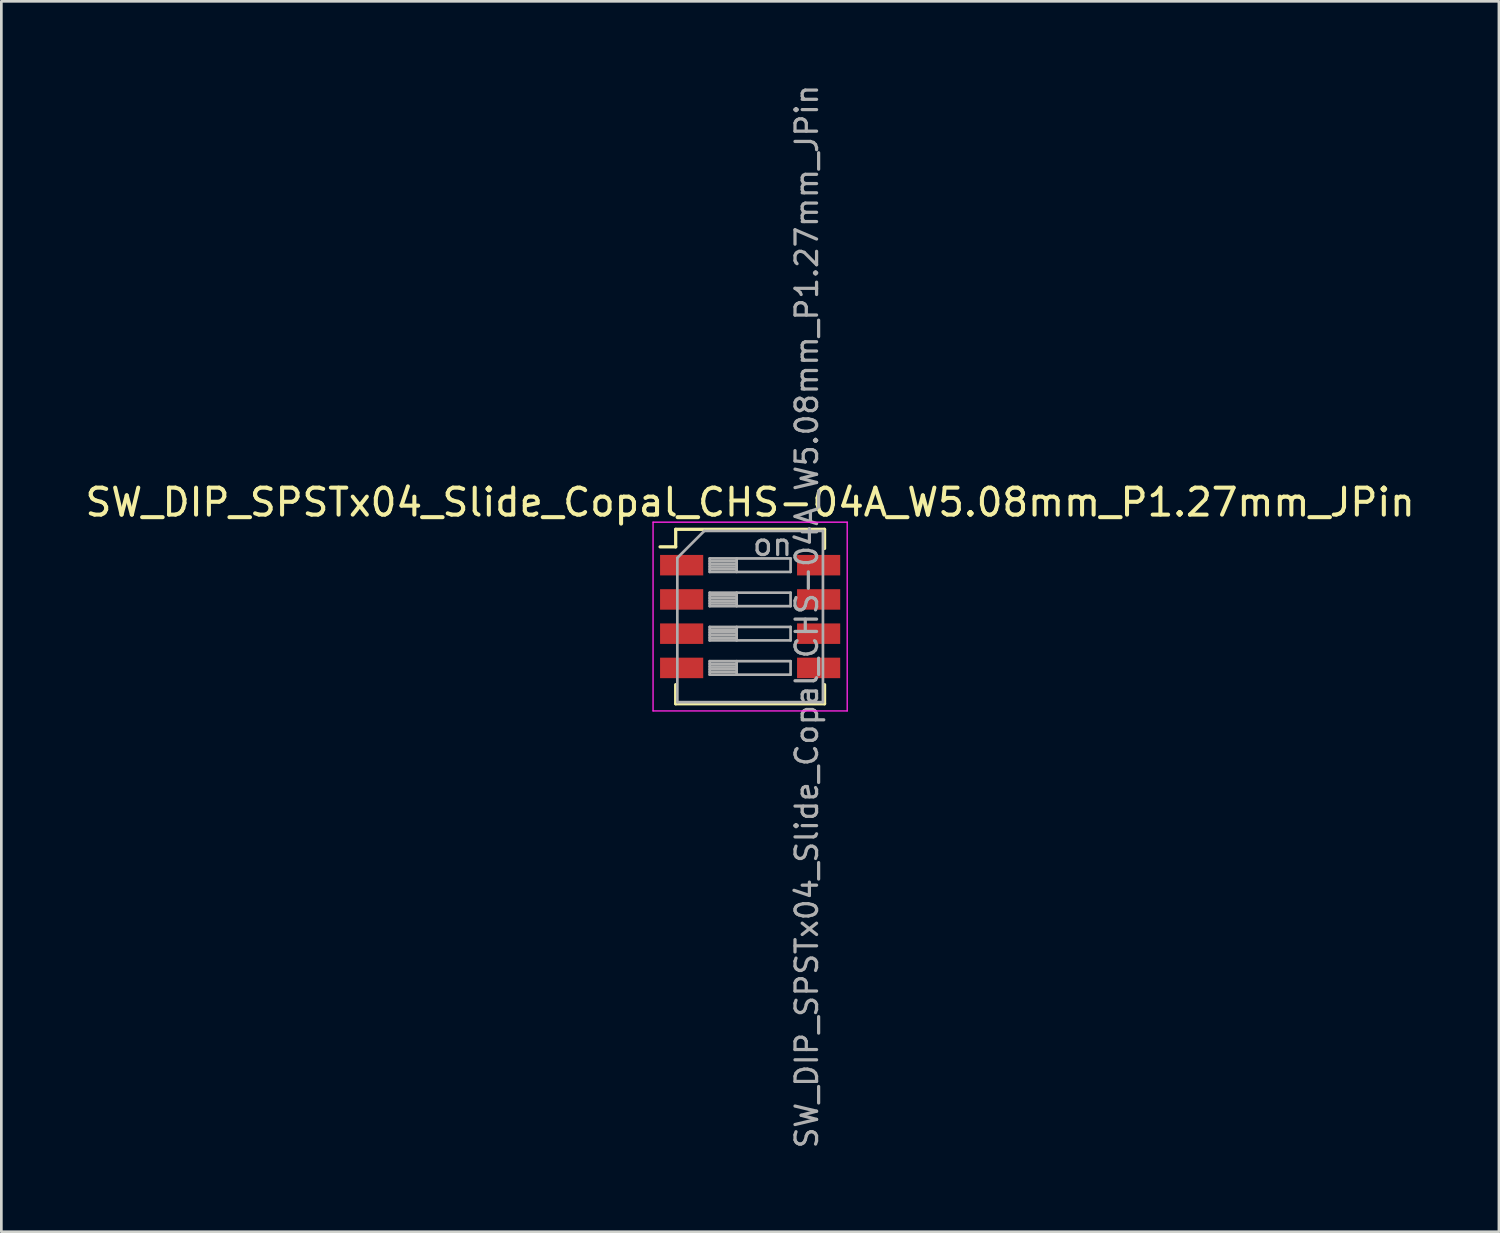
<source format=kicad_pcb>
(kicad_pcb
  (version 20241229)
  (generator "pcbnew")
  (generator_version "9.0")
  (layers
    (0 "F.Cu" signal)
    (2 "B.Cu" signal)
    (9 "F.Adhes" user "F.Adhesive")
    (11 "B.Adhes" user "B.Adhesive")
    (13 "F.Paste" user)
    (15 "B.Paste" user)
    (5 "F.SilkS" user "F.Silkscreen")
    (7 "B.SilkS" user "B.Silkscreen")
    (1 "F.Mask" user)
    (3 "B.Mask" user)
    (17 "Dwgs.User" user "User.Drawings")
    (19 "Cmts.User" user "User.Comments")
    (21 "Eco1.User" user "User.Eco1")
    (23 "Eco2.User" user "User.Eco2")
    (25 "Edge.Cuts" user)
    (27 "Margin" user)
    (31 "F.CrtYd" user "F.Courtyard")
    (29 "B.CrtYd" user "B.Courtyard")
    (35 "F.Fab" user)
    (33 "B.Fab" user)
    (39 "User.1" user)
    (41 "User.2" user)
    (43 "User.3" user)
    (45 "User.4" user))
  (footprint "SW_DIP_SPSTx04_Slide_Copal_CHS-04A_W5.08mm_P1.27mm_JPin"
    (layer "F.Cu")
    (at 24.768 19.814)
    (property "Reference" "SW_DIP_SPSTx04_Slide_Copal_CHS-04A_W5.08mm_P1.27mm_JPin" (at 0 -4.235 0) (layer "F.SilkS") (effects (font (size 1 1) (thickness 0.15))))
    (attr smd)
    (fp_line (start -3.34 -2.585) (end -2.761 -2.585) (stroke (width 0.12) (type solid)) (layer "F.SilkS"))
    (fp_line (start -2.761 -3.235) (end -2.761 -2.585) (stroke (width 0.12) (type solid)) (layer "F.SilkS"))
    (fp_line (start -2.761 -3.235) (end 2.76 -3.235) (stroke (width 0.12) (type solid)) (layer "F.SilkS"))
    (fp_line (start -2.761 2.525) (end -2.761 3.235) (stroke (width 0.12) (type solid)) (layer "F.SilkS"))
    (fp_line (start -2.761 3.235) (end 2.76 3.235) (stroke (width 0.12) (type solid)) (layer "F.SilkS"))
    (fp_line (start 2.76 -3.235) (end 2.76 -2.525) (stroke (width 0.12) (type solid)) (layer "F.SilkS"))
    (fp_line (start 2.76 2.525) (end 2.76 3.235) (stroke (width 0.12) (type solid)) (layer "F.SilkS"))
    (fp_line (start -3.6 -3.5) (end -3.6 3.5) (stroke (width 0.05) (type solid)) (layer "F.CrtYd"))
    (fp_line (start -3.6 3.5) (end 3.6 3.5) (stroke (width 0.05) (type solid)) (layer "F.CrtYd"))
    (fp_line (start 3.6 -3.5) (end -3.6 -3.5) (stroke (width 0.05) (type solid)) (layer "F.CrtYd"))
    (fp_line (start 3.6 3.5) (end 3.6 -3.5) (stroke (width 0.05) (type solid)) (layer "F.CrtYd"))
    (fp_line (start -2.7 -2.175) (end -1.7 -3.175) (stroke (width 0.1) (type solid)) (layer "F.Fab"))
    (fp_line (start -2.7 3.175) (end -2.7 -2.175) (stroke (width 0.1) (type solid)) (layer "F.Fab"))
    (fp_line (start -1.7 -3.175) (end 2.7 -3.175) (stroke (width 0.1) (type solid)) (layer "F.Fab"))
    (fp_line (start -1.5 -2.155) (end -1.5 -1.655) (stroke (width 0.1) (type solid)) (layer "F.Fab"))
    (fp_line (start -1.5 -2.055) (end -0.5 -2.055) (stroke (width 0.1) (type solid)) (layer "F.Fab"))
    (fp_line (start -1.5 -1.955) (end -0.5 -1.955) (stroke (width 0.1) (type solid)) (layer "F.Fab"))
    (fp_line (start -1.5 -1.855) (end -0.5 -1.855) (stroke (width 0.1) (type solid)) (layer "F.Fab"))
    (fp_line (start -1.5 -1.755) (end -0.5 -1.755) (stroke (width 0.1) (type solid)) (layer "F.Fab"))
    (fp_line (start -1.5 -1.655) (end 1.5 -1.655) (stroke (width 0.1) (type solid)) (layer "F.Fab"))
    (fp_line (start -1.5 -0.885) (end -1.5 -0.385) (stroke (width 0.1) (type solid)) (layer "F.Fab"))
    (fp_line (start -1.5 -0.785) (end -0.5 -0.785) (stroke (width 0.1) (type solid)) (layer "F.Fab"))
    (fp_line (start -1.5 -0.685) (end -0.5 -0.685) (stroke (width 0.1) (type solid)) (layer "F.Fab"))
    (fp_line (start -1.5 -0.585) (end -0.5 -0.585) (stroke (width 0.1) (type solid)) (layer "F.Fab"))
    (fp_line (start -1.5 -0.485) (end -0.5 -0.485) (stroke (width 0.1) (type solid)) (layer "F.Fab"))
    (fp_line (start -1.5 -0.385) (end 1.5 -0.385) (stroke (width 0.1) (type solid)) (layer "F.Fab"))
    (fp_line (start -1.5 0.385) (end -1.5 0.885) (stroke (width 0.1) (type solid)) (layer "F.Fab"))
    (fp_line (start -1.5 0.485) (end -0.5 0.485) (stroke (width 0.1) (type solid)) (layer "F.Fab"))
    (fp_line (start -1.5 0.585) (end -0.5 0.585) (stroke (width 0.1) (type solid)) (layer "F.Fab"))
    (fp_line (start -1.5 0.685) (end -0.5 0.685) (stroke (width 0.1) (type solid)) (layer "F.Fab"))
    (fp_line (start -1.5 0.785) (end -0.5 0.785) (stroke (width 0.1) (type solid)) (layer "F.Fab"))
    (fp_line (start -1.5 0.885) (end 1.5 0.885) (stroke (width 0.1) (type solid)) (layer "F.Fab"))
    (fp_line (start -1.5 1.655) (end -1.5 2.155) (stroke (width 0.1) (type solid)) (layer "F.Fab"))
    (fp_line (start -1.5 1.755) (end -0.5 1.755) (stroke (width 0.1) (type solid)) (layer "F.Fab"))
    (fp_line (start -1.5 1.855) (end -0.5 1.855) (stroke (width 0.1) (type solid)) (layer "F.Fab"))
    (fp_line (start -1.5 1.955) (end -0.5 1.955) (stroke (width 0.1) (type solid)) (layer "F.Fab"))
    (fp_line (start -1.5 2.055) (end -0.5 2.055) (stroke (width 0.1) (type solid)) (layer "F.Fab"))
    (fp_line (start -1.5 2.155) (end 1.5 2.155) (stroke (width 0.1) (type solid)) (layer "F.Fab"))
    (fp_line (start -0.5 -2.155) (end -0.5 -1.655) (stroke (width 0.1) (type solid)) (layer "F.Fab"))
    (fp_line (start -0.5 -0.885) (end -0.5 -0.385) (stroke (width 0.1) (type solid)) (layer "F.Fab"))
    (fp_line (start -0.5 0.385) (end -0.5 0.885) (stroke (width 0.1) (type solid)) (layer "F.Fab"))
    (fp_line (start -0.5 1.655) (end -0.5 2.155) (stroke (width 0.1) (type solid)) (layer "F.Fab"))
    (fp_line (start 1.5 -2.155) (end -1.5 -2.155) (stroke (width 0.1) (type solid)) (layer "F.Fab"))
    (fp_line (start 1.5 -1.655) (end 1.5 -2.155) (stroke (width 0.1) (type solid)) (layer "F.Fab"))
    (fp_line (start 1.5 -0.885) (end -1.5 -0.885) (stroke (width 0.1) (type solid)) (layer "F.Fab"))
    (fp_line (start 1.5 -0.385) (end 1.5 -0.885) (stroke (width 0.1) (type solid)) (layer "F.Fab"))
    (fp_line (start 1.5 0.385) (end -1.5 0.385) (stroke (width 0.1) (type solid)) (layer "F.Fab"))
    (fp_line (start 1.5 0.885) (end 1.5 0.385) (stroke (width 0.1) (type solid)) (layer "F.Fab"))
    (fp_line (start 1.5 1.655) (end -1.5 1.655) (stroke (width 0.1) (type solid)) (layer "F.Fab"))
    (fp_line (start 1.5 2.155) (end 1.5 1.655) (stroke (width 0.1) (type solid)) (layer "F.Fab"))
    (fp_line (start 2.7 -3.175) (end 2.7 3.175) (stroke (width 0.1) (type solid)) (layer "F.Fab"))
    (fp_line (start 2.7 3.175) (end -2.7 3.175) (stroke (width 0.1) (type solid)) (layer "F.Fab"))
    (fp_text user "on" (at 0.83 -2.665 0) (layer "F.Fab") (effects (font (size 0.8 0.8) (thickness 0.12))))
    (fp_text user "${REFERENCE}" (at 2.1 0 90) (layer "F.Fab") (effects (font (size 0.8 0.8) (thickness 0.12))))
    (pad "1" smd rect (at -2.54 -1.905) (size 1.6 0.76) (layers "F.Cu" "F.Mask" "F.Paste"))
    (pad "2" smd rect (at -2.54 -0.635) (size 1.6 0.76) (layers "F.Cu" "F.Mask" "F.Paste"))
    (pad "3" smd rect (at -2.54 0.635) (size 1.6 0.76) (layers "F.Cu" "F.Mask" "F.Paste"))
    (pad "4" smd rect (at -2.54 1.905) (size 1.6 0.76) (layers "F.Cu" "F.Mask" "F.Paste"))
    (pad "5" smd rect (at 2.54 1.905) (size 1.6 0.76) (layers "F.Cu" "F.Mask" "F.Paste"))
    (pad "6" smd rect (at 2.54 0.635) (size 1.6 0.76) (layers "F.Cu" "F.Mask" "F.Paste"))
    (pad "7" smd rect (at 2.54 -0.635) (size 1.6 0.76) (layers "F.Cu" "F.Mask" "F.Paste"))
    (pad "8" smd rect (at 2.54 -1.905) (size 1.6 0.76) (layers "F.Cu" "F.Mask" "F.Paste")))
  (gr_rect
    (start -3 -3)
    (end 52.536 42.629)
    (stroke (width 0.1) (type default))
    (fill no)
    (layer "Edge.Cuts")))
</source>
